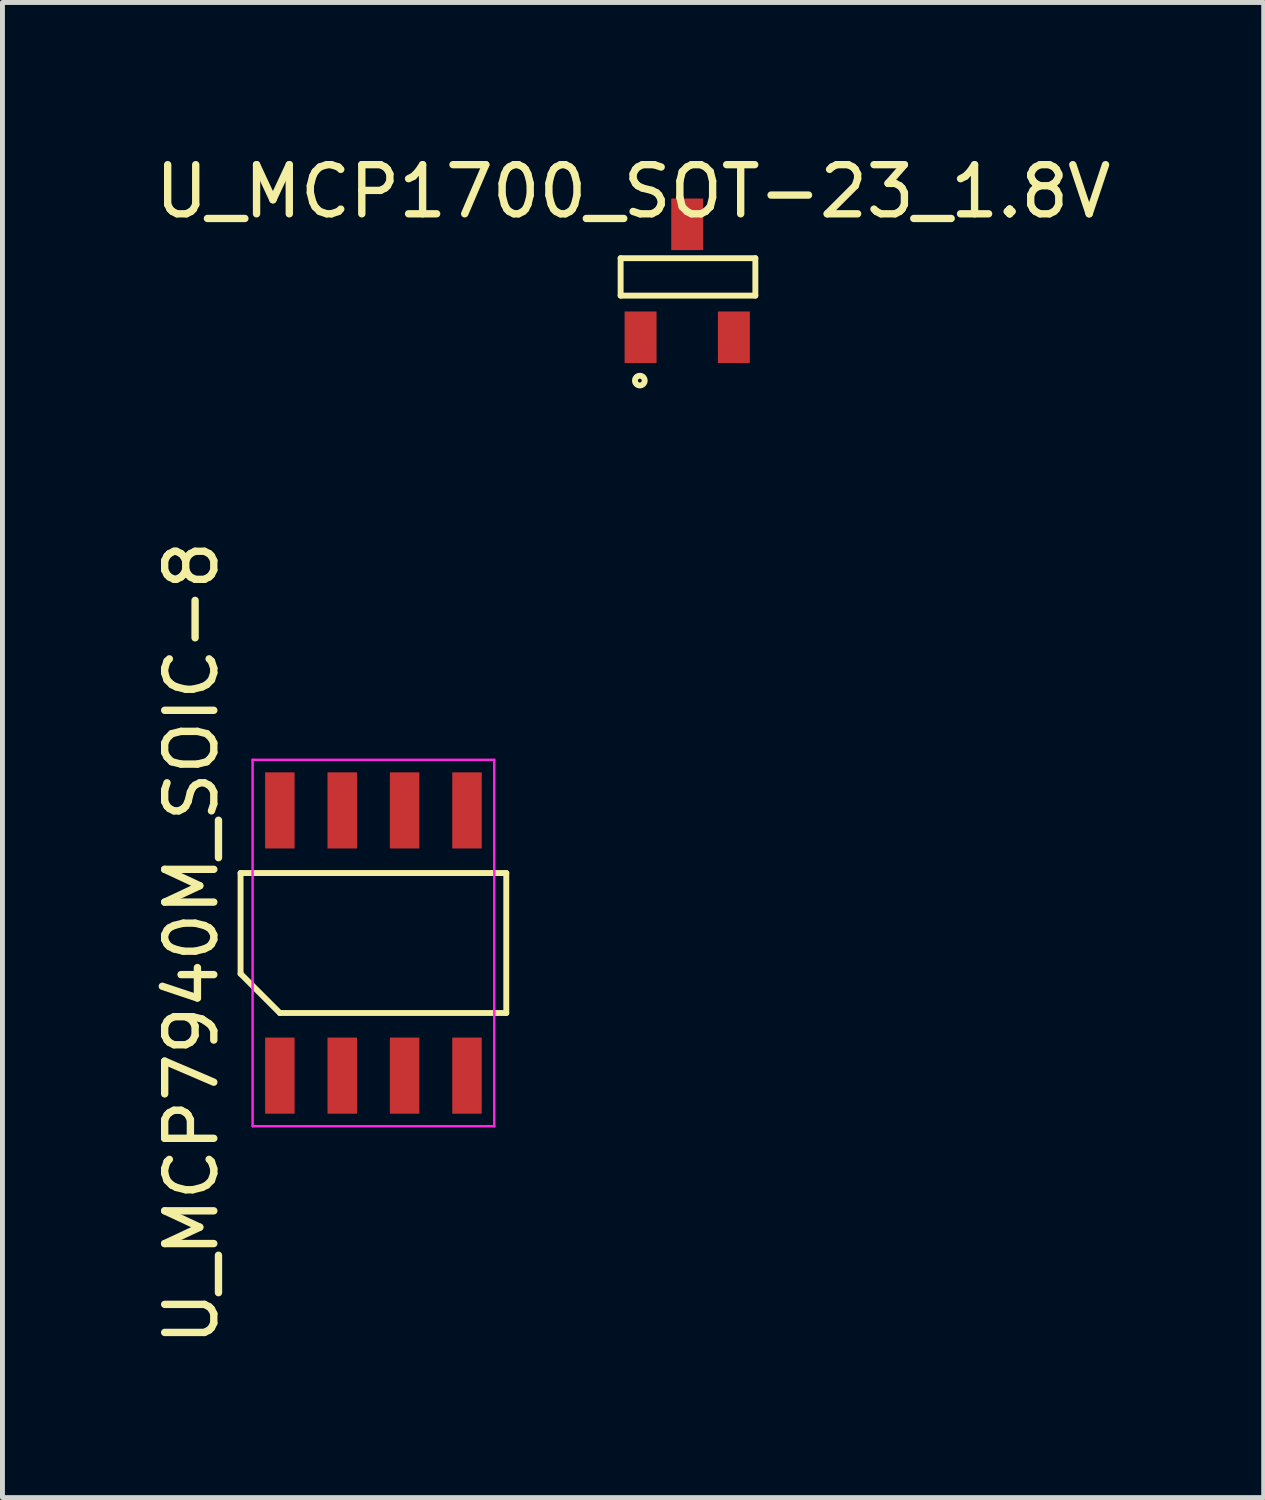
<source format=kicad_pcb>
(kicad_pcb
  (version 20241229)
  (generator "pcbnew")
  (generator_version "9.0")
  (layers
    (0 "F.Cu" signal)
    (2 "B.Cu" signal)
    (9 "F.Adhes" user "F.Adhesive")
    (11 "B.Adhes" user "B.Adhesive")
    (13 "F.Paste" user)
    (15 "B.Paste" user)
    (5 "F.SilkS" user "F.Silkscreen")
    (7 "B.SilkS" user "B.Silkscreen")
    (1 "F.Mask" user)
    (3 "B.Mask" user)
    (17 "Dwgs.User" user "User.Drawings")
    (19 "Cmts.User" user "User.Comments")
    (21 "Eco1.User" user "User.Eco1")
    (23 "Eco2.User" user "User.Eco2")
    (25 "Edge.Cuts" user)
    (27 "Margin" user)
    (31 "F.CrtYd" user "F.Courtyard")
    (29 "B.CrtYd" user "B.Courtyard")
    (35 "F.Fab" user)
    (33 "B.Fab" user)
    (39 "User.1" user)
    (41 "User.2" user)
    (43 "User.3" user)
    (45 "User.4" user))
  (footprint "U_MCP1700_SOT-23_1.8V"
    (layer "F.Cu")
    (at 10.942 2.667)
    (property "Reference" "U_MCP1700_SOT-23_1.8V" (at -1.102 -1.819 0) (layer "F.SilkS") (effects (font (size 1 1) (thickness 0.15))))
    (attr through_hole)
    (fp_line (start -1.356 -0.46) (end 1.387 -0.46) (stroke (width 0.12) (type solid)) (layer "F.SilkS"))
    (fp_line (start -1.356 0.302) (end -1.356 -0.46) (stroke (width 0.12) (type solid)) (layer "F.SilkS"))
    (fp_line (start 1.387 -0.46) (end 1.387 0.302) (stroke (width 0.12) (type solid)) (layer "F.SilkS"))
    (fp_line (start 1.387 0.302) (end -1.356 0.302) (stroke (width 0.12) (type solid)) (layer "F.SilkS"))
    (fp_circle (center -0.965 2.032) (end -1.064 2.032) (stroke (width 0.12) (type solid)) (fill no) (layer "F.SilkS"))
    (pad "1" smd rect (at -0.95 1.15) (size 0.65 1.05) (layers "F.Cu" "F.Mask" "F.Paste"))
    (pad "2" smd rect (at 0.95 1.15) (size 0.65 1.05) (layers "F.Cu" "F.Mask" "F.Paste"))
    (pad "3" smd rect (at 0 -1.15) (size 0.65 1.05) (layers "F.Cu" "F.Mask" "F.Paste")))
  (footprint "U_MCP7940M_SOIC-8"
    (layer "F.Cu")
    (at 4.553 16.15)
    (property "Reference" "U_MCP7940M_SOIC-8" (at -3.705 0 90) (layer "F.SilkS") (effects (font (size 1 1) (thickness 0.15))))
    (attr smd)
    (fp_line (start -2.705 -1.425) (end 2.705 -1.425) (stroke (width 0.12) (type solid)) (layer "F.SilkS"))
    (fp_line (start -2.705 0.625) (end -2.705 -1.425) (stroke (width 0.12) (type solid)) (layer "F.SilkS"))
    (fp_line (start -1.905 1.425) (end -2.705 0.625) (stroke (width 0.12) (type solid)) (layer "F.SilkS"))
    (fp_line (start 2.705 -1.425) (end 2.705 1.425) (stroke (width 0.12) (type solid)) (layer "F.SilkS"))
    (fp_line (start 2.705 1.425) (end -1.905 1.425) (stroke (width 0.12) (type solid)) (layer "F.SilkS"))
    (fp_line (start -2.46 -3.73) (end 2.46 -3.73) (stroke (width 0.05) (type solid)) (layer "F.CrtYd"))
    (fp_line (start -2.46 3.73) (end -2.46 -3.73) (stroke (width 0.05) (type solid)) (layer "F.CrtYd"))
    (fp_line (start 2.46 -3.73) (end 2.46 3.73) (stroke (width 0.05) (type solid)) (layer "F.CrtYd"))
    (fp_line (start 2.46 3.73) (end -2.46 3.73) (stroke (width 0.05) (type solid)) (layer "F.CrtYd"))
    (pad "1" smd rect (at -1.905 2.7) (size 0.6 1.55) (layers "F.Cu" "F.Mask" "F.Paste"))
    (pad "2" smd rect (at -0.635 2.7) (size 0.6 1.55) (layers "F.Cu" "F.Mask" "F.Paste"))
    (pad "3" smd rect (at 0.635 2.7) (size 0.6 1.55) (layers "F.Cu" "F.Mask" "F.Paste"))
    (pad "4" smd rect (at 1.905 2.7) (size 0.6 1.55) (layers "F.Cu" "F.Mask" "F.Paste"))
    (pad "5" smd rect (at 1.905 -2.7) (size 0.6 1.55) (layers "F.Cu" "F.Mask" "F.Paste"))
    (pad "6" smd rect (at 0.635 -2.7) (size 0.6 1.55) (layers "F.Cu" "F.Mask" "F.Paste"))
    (pad "7" smd rect (at -0.635 -2.7) (size 0.6 1.55) (layers "F.Cu" "F.Mask" "F.Paste"))
    (pad "8" smd rect (at -1.905 -2.7) (size 0.6 1.55) (layers "F.Cu" "F.Mask" "F.Paste")))
  (gr_rect
    (start -3 -3)
    (end 22.679 27.441)
    (stroke (width 0.1) (type default))
    (fill no)
    (layer "Edge.Cuts")))
</source>
